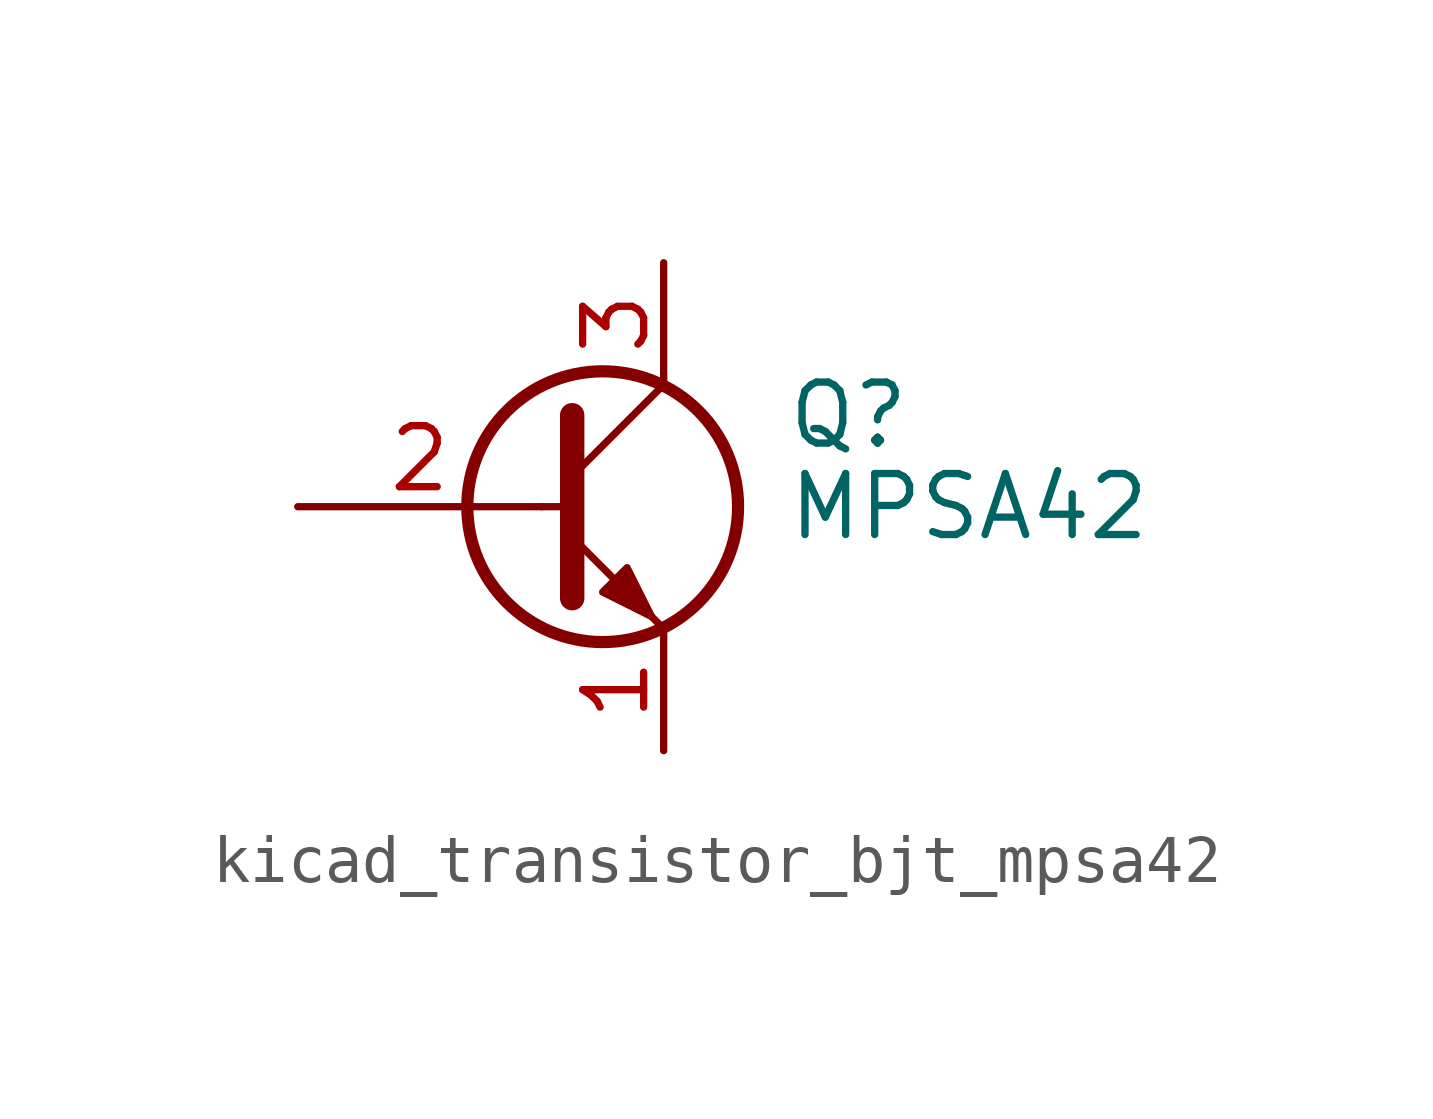
<source format=kicad_sym>
(kicad_symbol_lib
  (version 20220914)
  (generator kicad_symbol_editor)
  (symbol "kicad_transistor_bjt_mpsa42"
    (pin_names
      (offset 1.016) hide)
    (property "Reference" "Q"
      (at 5.08 1.905 0)
      (effects (font (size 1.27 1.27)) (justify left)))
    (property "Value" "MPSA42"
      (at 5.08 0 0)
      (effects (font (size 1.27 1.27)) (justify left)))
    (symbol "kicad_transistor_bjt_mpsa42_0_1"
      (polyline (pts (xy 0 0) (xy 0.635 0)) (stroke (width 0) (type default)) (fill (type none)))
      (polyline (pts (xy 0.635 0.635) (xy 2.54 2.54)) (stroke (width 0) (type default)) (fill (type none)))
      (polyline (pts (xy 0.635 -0.635) (xy 2.54 -2.54) (xy 2.54 -2.54)) (stroke (width 0) (type default)) (fill (type none)))
      (polyline (pts (xy 0.635 1.905) (xy 0.635 -1.905) (xy 0.635 -1.905)) (stroke (width 0.508) (type default)) (fill (type none)))
      (polyline (pts (xy 1.27 -1.778) (xy 1.778 -1.27) (xy 2.286 -2.286) (xy 1.27 -1.778) (xy 1.27 -1.778)) (stroke (width 0) (type default)) (fill (type outline)))
      (circle (center 1.27 0) (radius 2.819) (stroke (width 0.254) (type default)) (fill (type none))))
    (symbol "kicad_transistor_bjt_mpsa42_1_1"
      (pin passive line (at 2.54 -5.08 90) (length 2.54) (name "E" (effects (font (size 1.27 1.27)))) (number "1" (effects (font (size 1.27 1.27)))))
      (pin input line (at -5.08 0 0) (length 5.08) (name "B" (effects (font (size 1.27 1.27)))) (number "2" (effects (font (size 1.27 1.27)))))
      (pin passive line (at 2.54 5.08 270) (length 2.54) (name "C" (effects (font (size 1.27 1.27)))) (number "3" (effects (font (size 1.27 1.27))))))))
</source>
